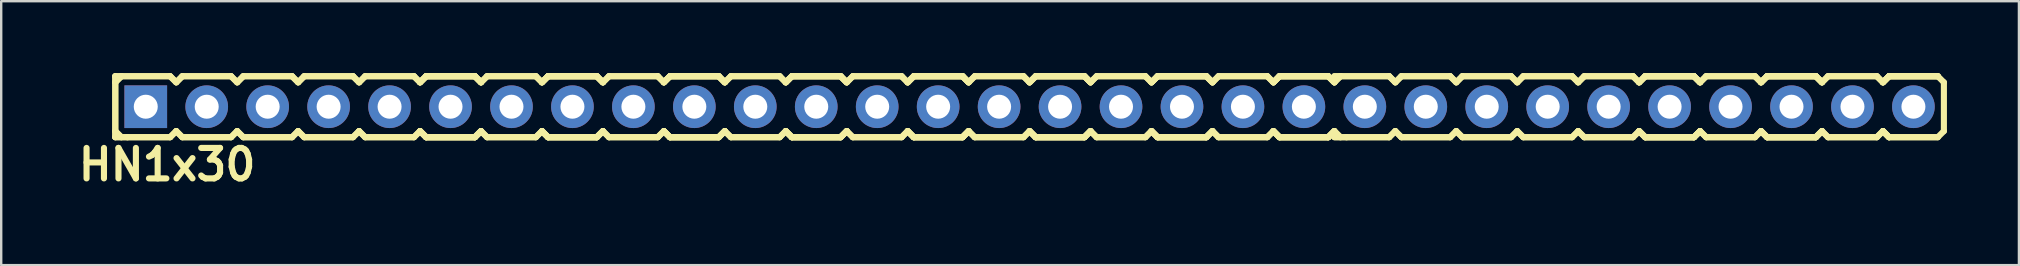
<source format=kicad_pcb>
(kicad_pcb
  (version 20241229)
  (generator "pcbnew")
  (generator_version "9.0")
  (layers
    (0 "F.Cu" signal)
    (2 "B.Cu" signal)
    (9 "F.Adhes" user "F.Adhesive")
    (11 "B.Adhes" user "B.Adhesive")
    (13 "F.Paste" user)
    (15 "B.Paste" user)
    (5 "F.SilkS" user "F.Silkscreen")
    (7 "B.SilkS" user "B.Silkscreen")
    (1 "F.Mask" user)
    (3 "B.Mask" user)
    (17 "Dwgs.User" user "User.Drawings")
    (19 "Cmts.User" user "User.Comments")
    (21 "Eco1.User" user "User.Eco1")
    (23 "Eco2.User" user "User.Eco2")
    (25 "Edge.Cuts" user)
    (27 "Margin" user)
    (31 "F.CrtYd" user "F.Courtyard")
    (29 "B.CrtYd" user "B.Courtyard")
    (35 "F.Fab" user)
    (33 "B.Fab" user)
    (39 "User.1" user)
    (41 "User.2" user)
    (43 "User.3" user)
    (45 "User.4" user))
  (footprint "HN1x30"
    (layer "F.Cu")
    (at 39.854 1.397)
    (property "Reference" "HN1x30" (at -35.941 2.413 0) (layer "F.SilkS") (effects (font (size 1.27 1.27) (thickness 0.254))))
    (attr smd)
    (fp_line (start -38.1 -1.27) (end -38.1 1.27) (stroke (width 0.254) (type solid)) (layer "F.SilkS"))
    (fp_line (start -38.1 -1.27) (end -38.1 1.27) (stroke (width 0.254) (type solid)) (layer "F.SilkS"))
    (fp_line (start -38.1 -1.27) (end -37.846 -1.27) (stroke (width 0.254) (type solid)) (layer "F.SilkS"))
    (fp_line (start -38.1 -1.27) (end -37.846 -1.27) (stroke (width 0.254) (type solid)) (layer "F.SilkS"))
    (fp_line (start -38.1 -1.016) (end -37.846 -1.27) (stroke (width 0.254) (type solid)) (layer "F.SilkS"))
    (fp_line (start -38.1 -1.016) (end -37.846 -1.27) (stroke (width 0.254) (type solid)) (layer "F.SilkS"))
    (fp_line (start -37.846 -1.27) (end -35.814 -1.27) (stroke (width 0.254) (type solid)) (layer "F.SilkS"))
    (fp_line (start -37.846 -1.27) (end -35.814 -1.27) (stroke (width 0.254) (type solid)) (layer "F.SilkS"))
    (fp_line (start -37.846 1.27) (end -38.1 1.016) (stroke (width 0.254) (type solid)) (layer "F.SilkS"))
    (fp_line (start -37.846 1.27) (end -38.1 1.016) (stroke (width 0.254) (type solid)) (layer "F.SilkS"))
    (fp_line (start -37.592 1.27) (end -38.1 1.27) (stroke (width 0.254) (type solid)) (layer "F.SilkS"))
    (fp_line (start -37.592 1.27) (end -38.1 1.27) (stroke (width 0.254) (type solid)) (layer "F.SilkS"))
    (fp_line (start -35.814 -1.27) (end -35.56 -1.016) (stroke (width 0.254) (type solid)) (layer "F.SilkS"))
    (fp_line (start -35.814 -1.27) (end -35.56 -1.016) (stroke (width 0.254) (type solid)) (layer "F.SilkS"))
    (fp_line (start -35.814 1.27) (end -37.592 1.27) (stroke (width 0.254) (type solid)) (layer "F.SilkS"))
    (fp_line (start -35.814 1.27) (end -37.592 1.27) (stroke (width 0.254) (type solid)) (layer "F.SilkS"))
    (fp_line (start -35.56 -1.016) (end -35.306 -1.27) (stroke (width 0.254) (type solid)) (layer "F.SilkS"))
    (fp_line (start -35.56 -1.016) (end -35.306 -1.27) (stroke (width 0.254) (type solid)) (layer "F.SilkS"))
    (fp_line (start -35.56 1.016) (end -35.814 1.27) (stroke (width 0.254) (type solid)) (layer "F.SilkS"))
    (fp_line (start -35.56 1.016) (end -35.814 1.27) (stroke (width 0.254) (type solid)) (layer "F.SilkS"))
    (fp_line (start -35.306 -1.27) (end -33.274 -1.27) (stroke (width 0.254) (type solid)) (layer "F.SilkS"))
    (fp_line (start -35.306 -1.27) (end -33.274 -1.27) (stroke (width 0.254) (type solid)) (layer "F.SilkS"))
    (fp_line (start -35.306 1.27) (end -35.56 1.016) (stroke (width 0.254) (type solid)) (layer "F.SilkS"))
    (fp_line (start -35.306 1.27) (end -35.56 1.016) (stroke (width 0.254) (type solid)) (layer "F.SilkS"))
    (fp_line (start -33.274 -1.27) (end -33.02 -1.016) (stroke (width 0.254) (type solid)) (layer "F.SilkS"))
    (fp_line (start -33.274 -1.27) (end -33.02 -1.016) (stroke (width 0.254) (type solid)) (layer "F.SilkS"))
    (fp_line (start -33.274 1.27) (end -35.306 1.27) (stroke (width 0.254) (type solid)) (layer "F.SilkS"))
    (fp_line (start -33.274 1.27) (end -35.306 1.27) (stroke (width 0.254) (type solid)) (layer "F.SilkS"))
    (fp_line (start -33.274 1.27) (end -33.02 1.016) (stroke (width 0.254) (type solid)) (layer "F.SilkS"))
    (fp_line (start -33.274 1.27) (end -33.02 1.016) (stroke (width 0.254) (type solid)) (layer "F.SilkS"))
    (fp_line (start -33.02 -1.016) (end -32.766 -1.27) (stroke (width 0.254) (type solid)) (layer "F.SilkS"))
    (fp_line (start -33.02 -1.016) (end -32.766 -1.27) (stroke (width 0.254) (type solid)) (layer "F.SilkS"))
    (fp_line (start -33.02 1.016) (end -32.766 1.27) (stroke (width 0.254) (type solid)) (layer "F.SilkS"))
    (fp_line (start -33.02 1.016) (end -32.766 1.27) (stroke (width 0.254) (type solid)) (layer "F.SilkS"))
    (fp_line (start -32.766 -1.27) (end -30.734 -1.27) (stroke (width 0.254) (type solid)) (layer "F.SilkS"))
    (fp_line (start -32.766 -1.27) (end -30.734 -1.27) (stroke (width 0.254) (type solid)) (layer "F.SilkS"))
    (fp_line (start -30.734 -1.27) (end -30.48 -1.016) (stroke (width 0.254) (type solid)) (layer "F.SilkS"))
    (fp_line (start -30.734 -1.27) (end -30.48 -1.016) (stroke (width 0.254) (type solid)) (layer "F.SilkS"))
    (fp_line (start -30.734 1.27) (end -32.766 1.27) (stroke (width 0.254) (type solid)) (layer "F.SilkS"))
    (fp_line (start -30.734 1.27) (end -32.766 1.27) (stroke (width 0.254) (type solid)) (layer "F.SilkS"))
    (fp_line (start -30.48 -1.016) (end -30.226 -1.27) (stroke (width 0.254) (type solid)) (layer "F.SilkS"))
    (fp_line (start -30.48 -1.016) (end -30.226 -1.27) (stroke (width 0.254) (type solid)) (layer "F.SilkS"))
    (fp_line (start -30.48 1.016) (end -30.734 1.27) (stroke (width 0.254) (type solid)) (layer "F.SilkS"))
    (fp_line (start -30.48 1.016) (end -30.734 1.27) (stroke (width 0.254) (type solid)) (layer "F.SilkS"))
    (fp_line (start -30.226 -1.27) (end -28.194 -1.27) (stroke (width 0.254) (type solid)) (layer "F.SilkS"))
    (fp_line (start -30.226 -1.27) (end -28.194 -1.27) (stroke (width 0.254) (type solid)) (layer "F.SilkS"))
    (fp_line (start -30.226 1.27) (end -30.48 1.016) (stroke (width 0.254) (type solid)) (layer "F.SilkS"))
    (fp_line (start -30.226 1.27) (end -30.48 1.016) (stroke (width 0.254) (type solid)) (layer "F.SilkS"))
    (fp_line (start -28.194 -1.27) (end -27.94 -1.016) (stroke (width 0.254) (type solid)) (layer "F.SilkS"))
    (fp_line (start -28.194 -1.27) (end -27.94 -1.016) (stroke (width 0.254) (type solid)) (layer "F.SilkS"))
    (fp_line (start -28.194 1.27) (end -30.226 1.27) (stroke (width 0.254) (type solid)) (layer "F.SilkS"))
    (fp_line (start -28.194 1.27) (end -30.226 1.27) (stroke (width 0.254) (type solid)) (layer "F.SilkS"))
    (fp_line (start -27.94 -1.016) (end -27.686 -1.27) (stroke (width 0.254) (type solid)) (layer "F.SilkS"))
    (fp_line (start -27.94 -1.016) (end -27.686 -1.27) (stroke (width 0.254) (type solid)) (layer "F.SilkS"))
    (fp_line (start -27.94 1.016) (end -28.194 1.27) (stroke (width 0.254) (type solid)) (layer "F.SilkS"))
    (fp_line (start -27.94 1.016) (end -28.194 1.27) (stroke (width 0.254) (type solid)) (layer "F.SilkS"))
    (fp_line (start -27.686 -1.27) (end -25.654 -1.27) (stroke (width 0.254) (type solid)) (layer "F.SilkS"))
    (fp_line (start -27.686 -1.27) (end -25.654 -1.27) (stroke (width 0.254) (type solid)) (layer "F.SilkS"))
    (fp_line (start -27.686 1.27) (end -27.94 1.016) (stroke (width 0.254) (type solid)) (layer "F.SilkS"))
    (fp_line (start -27.686 1.27) (end -27.94 1.016) (stroke (width 0.254) (type solid)) (layer "F.SilkS"))
    (fp_line (start -25.654 -1.27) (end -25.4 -1.016) (stroke (width 0.254) (type solid)) (layer "F.SilkS"))
    (fp_line (start -25.654 -1.27) (end -25.4 -1.016) (stroke (width 0.254) (type solid)) (layer "F.SilkS"))
    (fp_line (start -25.654 1.27) (end -27.686 1.27) (stroke (width 0.254) (type solid)) (layer "F.SilkS"))
    (fp_line (start -25.654 1.27) (end -27.686 1.27) (stroke (width 0.254) (type solid)) (layer "F.SilkS"))
    (fp_line (start -25.4 -1.016) (end -25.146 -1.27) (stroke (width 0.254) (type solid)) (layer "F.SilkS"))
    (fp_line (start -25.4 -1.016) (end -25.146 -1.27) (stroke (width 0.254) (type solid)) (layer "F.SilkS"))
    (fp_line (start -25.4 -1.016) (end -25.146 -1.27) (stroke (width 0.254) (type solid)) (layer "F.SilkS"))
    (fp_line (start -25.4 -1.016) (end -25.146 -1.27) (stroke (width 0.254) (type solid)) (layer "F.SilkS"))
    (fp_line (start -25.4 1.016) (end -25.654 1.27) (stroke (width 0.254) (type solid)) (layer "F.SilkS"))
    (fp_line (start -25.4 1.016) (end -25.654 1.27) (stroke (width 0.254) (type solid)) (layer "F.SilkS"))
    (fp_line (start -25.146 -1.27) (end -23.114 -1.27) (stroke (width 0.254) (type solid)) (layer "F.SilkS"))
    (fp_line (start -25.146 -1.27) (end -23.114 -1.27) (stroke (width 0.254) (type solid)) (layer "F.SilkS"))
    (fp_line (start -25.146 -1.27) (end -23.114 -1.27) (stroke (width 0.254) (type solid)) (layer "F.SilkS"))
    (fp_line (start -25.146 -1.27) (end -23.114 -1.27) (stroke (width 0.254) (type solid)) (layer "F.SilkS"))
    (fp_line (start -25.146 1.27) (end -25.4 1.016) (stroke (width 0.254) (type solid)) (layer "F.SilkS"))
    (fp_line (start -25.146 1.27) (end -25.4 1.016) (stroke (width 0.254) (type solid)) (layer "F.SilkS"))
    (fp_line (start -25.146 1.27) (end -25.4 1.016) (stroke (width 0.254) (type solid)) (layer "F.SilkS"))
    (fp_line (start -25.146 1.27) (end -25.4 1.016) (stroke (width 0.254) (type solid)) (layer "F.SilkS"))
    (fp_line (start -23.114 -1.27) (end -22.86 -1.016) (stroke (width 0.254) (type solid)) (layer "F.SilkS"))
    (fp_line (start -23.114 -1.27) (end -22.86 -1.016) (stroke (width 0.254) (type solid)) (layer "F.SilkS"))
    (fp_line (start -23.114 -1.27) (end -22.86 -1.016) (stroke (width 0.254) (type solid)) (layer "F.SilkS"))
    (fp_line (start -23.114 -1.27) (end -22.86 -1.016) (stroke (width 0.254) (type solid)) (layer "F.SilkS"))
    (fp_line (start -23.114 1.27) (end -25.146 1.27) (stroke (width 0.254) (type solid)) (layer "F.SilkS"))
    (fp_line (start -23.114 1.27) (end -25.146 1.27) (stroke (width 0.254) (type solid)) (layer "F.SilkS"))
    (fp_line (start -23.114 1.27) (end -25.146 1.27) (stroke (width 0.254) (type solid)) (layer "F.SilkS"))
    (fp_line (start -23.114 1.27) (end -25.146 1.27) (stroke (width 0.254) (type solid)) (layer "F.SilkS"))
    (fp_line (start -22.86 -1.016) (end -22.606 -1.27) (stroke (width 0.254) (type solid)) (layer "F.SilkS"))
    (fp_line (start -22.86 -1.016) (end -22.606 -1.27) (stroke (width 0.254) (type solid)) (layer "F.SilkS"))
    (fp_line (start -22.86 1.016) (end -23.114 1.27) (stroke (width 0.254) (type solid)) (layer "F.SilkS"))
    (fp_line (start -22.86 1.016) (end -23.114 1.27) (stroke (width 0.254) (type solid)) (layer "F.SilkS"))
    (fp_line (start -22.86 1.016) (end -23.114 1.27) (stroke (width 0.254) (type solid)) (layer "F.SilkS"))
    (fp_line (start -22.86 1.016) (end -23.114 1.27) (stroke (width 0.254) (type solid)) (layer "F.SilkS"))
    (fp_line (start -22.606 -1.27) (end -20.574 -1.27) (stroke (width 0.254) (type solid)) (layer "F.SilkS"))
    (fp_line (start -22.606 -1.27) (end -20.574 -1.27) (stroke (width 0.254) (type solid)) (layer "F.SilkS"))
    (fp_line (start -22.606 1.27) (end -22.86 1.016) (stroke (width 0.254) (type solid)) (layer "F.SilkS"))
    (fp_line (start -22.606 1.27) (end -22.86 1.016) (stroke (width 0.254) (type solid)) (layer "F.SilkS"))
    (fp_line (start -20.574 -1.27) (end -20.32 -1.016) (stroke (width 0.254) (type solid)) (layer "F.SilkS"))
    (fp_line (start -20.574 -1.27) (end -20.32 -1.016) (stroke (width 0.254) (type solid)) (layer "F.SilkS"))
    (fp_line (start -20.574 1.27) (end -22.606 1.27) (stroke (width 0.254) (type solid)) (layer "F.SilkS"))
    (fp_line (start -20.574 1.27) (end -22.606 1.27) (stroke (width 0.254) (type solid)) (layer "F.SilkS"))
    (fp_line (start -20.32 -1.016) (end -20.066 -1.27) (stroke (width 0.254) (type solid)) (layer "F.SilkS"))
    (fp_line (start -20.32 -1.016) (end -20.066 -1.27) (stroke (width 0.254) (type solid)) (layer "F.SilkS"))
    (fp_line (start -20.32 -1.016) (end -20.066 -1.27) (stroke (width 0.254) (type solid)) (layer "F.SilkS"))
    (fp_line (start -20.32 -1.016) (end -20.066 -1.27) (stroke (width 0.254) (type solid)) (layer "F.SilkS"))
    (fp_line (start -20.32 1.016) (end -20.574 1.27) (stroke (width 0.254) (type solid)) (layer "F.SilkS"))
    (fp_line (start -20.32 1.016) (end -20.574 1.27) (stroke (width 0.254) (type solid)) (layer "F.SilkS"))
    (fp_line (start -20.066 -1.27) (end -18.034 -1.27) (stroke (width 0.254) (type solid)) (layer "F.SilkS"))
    (fp_line (start -20.066 -1.27) (end -18.034 -1.27) (stroke (width 0.254) (type solid)) (layer "F.SilkS"))
    (fp_line (start -20.066 -1.27) (end -18.034 -1.27) (stroke (width 0.254) (type solid)) (layer "F.SilkS"))
    (fp_line (start -20.066 -1.27) (end -18.034 -1.27) (stroke (width 0.254) (type solid)) (layer "F.SilkS"))
    (fp_line (start -20.066 1.27) (end -20.32 1.016) (stroke (width 0.254) (type solid)) (layer "F.SilkS"))
    (fp_line (start -20.066 1.27) (end -20.32 1.016) (stroke (width 0.254) (type solid)) (layer "F.SilkS"))
    (fp_line (start -20.066 1.27) (end -20.32 1.016) (stroke (width 0.254) (type solid)) (layer "F.SilkS"))
    (fp_line (start -20.066 1.27) (end -20.32 1.016) (stroke (width 0.254) (type solid)) (layer "F.SilkS"))
    (fp_line (start -18.034 -1.27) (end -17.78 -1.016) (stroke (width 0.254) (type solid)) (layer "F.SilkS"))
    (fp_line (start -18.034 -1.27) (end -17.78 -1.016) (stroke (width 0.254) (type solid)) (layer "F.SilkS"))
    (fp_line (start -18.034 -1.27) (end -17.78 -1.016) (stroke (width 0.254) (type solid)) (layer "F.SilkS"))
    (fp_line (start -18.034 -1.27) (end -17.78 -1.016) (stroke (width 0.254) (type solid)) (layer "F.SilkS"))
    (fp_line (start -18.034 1.27) (end -20.066 1.27) (stroke (width 0.254) (type solid)) (layer "F.SilkS"))
    (fp_line (start -18.034 1.27) (end -20.066 1.27) (stroke (width 0.254) (type solid)) (layer "F.SilkS"))
    (fp_line (start -18.034 1.27) (end -20.066 1.27) (stroke (width 0.254) (type solid)) (layer "F.SilkS"))
    (fp_line (start -18.034 1.27) (end -20.066 1.27) (stroke (width 0.254) (type solid)) (layer "F.SilkS"))
    (fp_line (start -17.78 -1.016) (end -17.526 -1.27) (stroke (width 0.254) (type solid)) (layer "F.SilkS"))
    (fp_line (start -17.78 -1.016) (end -17.526 -1.27) (stroke (width 0.254) (type solid)) (layer "F.SilkS"))
    (fp_line (start -17.78 1.016) (end -18.034 1.27) (stroke (width 0.254) (type solid)) (layer "F.SilkS"))
    (fp_line (start -17.78 1.016) (end -18.034 1.27) (stroke (width 0.254) (type solid)) (layer "F.SilkS"))
    (fp_line (start -17.78 1.016) (end -18.034 1.27) (stroke (width 0.254) (type solid)) (layer "F.SilkS"))
    (fp_line (start -17.78 1.016) (end -18.034 1.27) (stroke (width 0.254) (type solid)) (layer "F.SilkS"))
    (fp_line (start -17.526 -1.27) (end -15.494 -1.27) (stroke (width 0.254) (type solid)) (layer "F.SilkS"))
    (fp_line (start -17.526 -1.27) (end -15.494 -1.27) (stroke (width 0.254) (type solid)) (layer "F.SilkS"))
    (fp_line (start -17.526 1.27) (end -17.78 1.016) (stroke (width 0.254) (type solid)) (layer "F.SilkS"))
    (fp_line (start -17.526 1.27) (end -17.78 1.016) (stroke (width 0.254) (type solid)) (layer "F.SilkS"))
    (fp_line (start -15.494 -1.27) (end -15.24 -1.016) (stroke (width 0.254) (type solid)) (layer "F.SilkS"))
    (fp_line (start -15.494 -1.27) (end -15.24 -1.016) (stroke (width 0.254) (type solid)) (layer "F.SilkS"))
    (fp_line (start -15.494 1.27) (end -17.526 1.27) (stroke (width 0.254) (type solid)) (layer "F.SilkS"))
    (fp_line (start -15.494 1.27) (end -17.526 1.27) (stroke (width 0.254) (type solid)) (layer "F.SilkS"))
    (fp_line (start -15.24 -1.016) (end -14.986 -1.27) (stroke (width 0.254) (type solid)) (layer "F.SilkS"))
    (fp_line (start -15.24 -1.016) (end -14.986 -1.27) (stroke (width 0.254) (type solid)) (layer "F.SilkS"))
    (fp_line (start -15.24 -1.016) (end -14.986 -1.27) (stroke (width 0.254) (type solid)) (layer "F.SilkS"))
    (fp_line (start -15.24 -1.016) (end -14.986 -1.27) (stroke (width 0.254) (type solid)) (layer "F.SilkS"))
    (fp_line (start -15.24 1.016) (end -15.494 1.27) (stroke (width 0.254) (type solid)) (layer "F.SilkS"))
    (fp_line (start -15.24 1.016) (end -15.494 1.27) (stroke (width 0.254) (type solid)) (layer "F.SilkS"))
    (fp_line (start -14.986 -1.27) (end -12.954 -1.27) (stroke (width 0.254) (type solid)) (layer "F.SilkS"))
    (fp_line (start -14.986 -1.27) (end -12.954 -1.27) (stroke (width 0.254) (type solid)) (layer "F.SilkS"))
    (fp_line (start -14.986 -1.27) (end -12.954 -1.27) (stroke (width 0.254) (type solid)) (layer "F.SilkS"))
    (fp_line (start -14.986 -1.27) (end -12.954 -1.27) (stroke (width 0.254) (type solid)) (layer "F.SilkS"))
    (fp_line (start -14.986 1.27) (end -15.24 1.016) (stroke (width 0.254) (type solid)) (layer "F.SilkS"))
    (fp_line (start -14.986 1.27) (end -15.24 1.016) (stroke (width 0.254) (type solid)) (layer "F.SilkS"))
    (fp_line (start -14.986 1.27) (end -15.24 1.016) (stroke (width 0.254) (type solid)) (layer "F.SilkS"))
    (fp_line (start -14.986 1.27) (end -15.24 1.016) (stroke (width 0.254) (type solid)) (layer "F.SilkS"))
    (fp_line (start -12.954 -1.27) (end -12.7 -1.016) (stroke (width 0.254) (type solid)) (layer "F.SilkS"))
    (fp_line (start -12.954 -1.27) (end -12.7 -1.016) (stroke (width 0.254) (type solid)) (layer "F.SilkS"))
    (fp_line (start -12.954 -1.27) (end -12.7 -1.016) (stroke (width 0.254) (type solid)) (layer "F.SilkS"))
    (fp_line (start -12.954 -1.27) (end -12.7 -1.016) (stroke (width 0.254) (type solid)) (layer "F.SilkS"))
    (fp_line (start -12.954 1.27) (end -14.986 1.27) (stroke (width 0.254) (type solid)) (layer "F.SilkS"))
    (fp_line (start -12.954 1.27) (end -14.986 1.27) (stroke (width 0.254) (type solid)) (layer "F.SilkS"))
    (fp_line (start -12.954 1.27) (end -14.986 1.27) (stroke (width 0.254) (type solid)) (layer "F.SilkS"))
    (fp_line (start -12.954 1.27) (end -14.986 1.27) (stroke (width 0.254) (type solid)) (layer "F.SilkS"))
    (fp_line (start -12.7 -1.016) (end -12.446 -1.27) (stroke (width 0.254) (type solid)) (layer "F.SilkS"))
    (fp_line (start -12.7 -1.016) (end -12.446 -1.27) (stroke (width 0.254) (type solid)) (layer "F.SilkS"))
    (fp_line (start -12.7 1.016) (end -12.954 1.27) (stroke (width 0.254) (type solid)) (layer "F.SilkS"))
    (fp_line (start -12.7 1.016) (end -12.954 1.27) (stroke (width 0.254) (type solid)) (layer "F.SilkS"))
    (fp_line (start -12.7 1.016) (end -12.954 1.27) (stroke (width 0.254) (type solid)) (layer "F.SilkS"))
    (fp_line (start -12.7 1.016) (end -12.954 1.27) (stroke (width 0.254) (type solid)) (layer "F.SilkS"))
    (fp_line (start -12.446 -1.27) (end -10.414 -1.27) (stroke (width 0.254) (type solid)) (layer "F.SilkS"))
    (fp_line (start -12.446 -1.27) (end -10.414 -1.27) (stroke (width 0.254) (type solid)) (layer "F.SilkS"))
    (fp_line (start -12.446 1.27) (end -12.7 1.016) (stroke (width 0.254) (type solid)) (layer "F.SilkS"))
    (fp_line (start -12.446 1.27) (end -12.7 1.016) (stroke (width 0.254) (type solid)) (layer "F.SilkS"))
    (fp_line (start -10.414 -1.27) (end -10.16 -1.016) (stroke (width 0.254) (type solid)) (layer "F.SilkS"))
    (fp_line (start -10.414 -1.27) (end -10.16 -1.016) (stroke (width 0.254) (type solid)) (layer "F.SilkS"))
    (fp_line (start -10.414 1.27) (end -12.446 1.27) (stroke (width 0.254) (type solid)) (layer "F.SilkS"))
    (fp_line (start -10.414 1.27) (end -12.446 1.27) (stroke (width 0.254) (type solid)) (layer "F.SilkS"))
    (fp_line (start -10.16 -1.016) (end -9.906 -1.27) (stroke (width 0.254) (type solid)) (layer "F.SilkS"))
    (fp_line (start -10.16 -1.016) (end -9.906 -1.27) (stroke (width 0.254) (type solid)) (layer "F.SilkS"))
    (fp_line (start -10.16 -1.016) (end -9.906 -1.27) (stroke (width 0.254) (type solid)) (layer "F.SilkS"))
    (fp_line (start -10.16 -1.016) (end -9.906 -1.27) (stroke (width 0.254) (type solid)) (layer "F.SilkS"))
    (fp_line (start -10.16 1.016) (end -10.414 1.27) (stroke (width 0.254) (type solid)) (layer "F.SilkS"))
    (fp_line (start -10.16 1.016) (end -10.414 1.27) (stroke (width 0.254) (type solid)) (layer "F.SilkS"))
    (fp_line (start -9.906 -1.27) (end -7.874 -1.27) (stroke (width 0.254) (type solid)) (layer "F.SilkS"))
    (fp_line (start -9.906 -1.27) (end -7.874 -1.27) (stroke (width 0.254) (type solid)) (layer "F.SilkS"))
    (fp_line (start -9.906 -1.27) (end -7.874 -1.27) (stroke (width 0.254) (type solid)) (layer "F.SilkS"))
    (fp_line (start -9.906 -1.27) (end -7.874 -1.27) (stroke (width 0.254) (type solid)) (layer "F.SilkS"))
    (fp_line (start -9.906 1.27) (end -10.16 1.016) (stroke (width 0.254) (type solid)) (layer "F.SilkS"))
    (fp_line (start -9.906 1.27) (end -10.16 1.016) (stroke (width 0.254) (type solid)) (layer "F.SilkS"))
    (fp_line (start -9.906 1.27) (end -10.16 1.016) (stroke (width 0.254) (type solid)) (layer "F.SilkS"))
    (fp_line (start -9.906 1.27) (end -10.16 1.016) (stroke (width 0.254) (type solid)) (layer "F.SilkS"))
    (fp_line (start -7.874 -1.27) (end -7.62 -1.016) (stroke (width 0.254) (type solid)) (layer "F.SilkS"))
    (fp_line (start -7.874 -1.27) (end -7.62 -1.016) (stroke (width 0.254) (type solid)) (layer "F.SilkS"))
    (fp_line (start -7.874 -1.27) (end -7.62 -1.016) (stroke (width 0.254) (type solid)) (layer "F.SilkS"))
    (fp_line (start -7.874 -1.27) (end -7.62 -1.016) (stroke (width 0.254) (type solid)) (layer "F.SilkS"))
    (fp_line (start -7.874 1.27) (end -9.906 1.27) (stroke (width 0.254) (type solid)) (layer "F.SilkS"))
    (fp_line (start -7.874 1.27) (end -9.906 1.27) (stroke (width 0.254) (type solid)) (layer "F.SilkS"))
    (fp_line (start -7.874 1.27) (end -9.906 1.27) (stroke (width 0.254) (type solid)) (layer "F.SilkS"))
    (fp_line (start -7.874 1.27) (end -9.906 1.27) (stroke (width 0.254) (type solid)) (layer "F.SilkS"))
    (fp_line (start -7.62 -1.016) (end -7.366 -1.27) (stroke (width 0.254) (type solid)) (layer "F.SilkS"))
    (fp_line (start -7.62 -1.016) (end -7.366 -1.27) (stroke (width 0.254) (type solid)) (layer "F.SilkS"))
    (fp_line (start -7.62 1.016) (end -7.874 1.27) (stroke (width 0.254) (type solid)) (layer "F.SilkS"))
    (fp_line (start -7.62 1.016) (end -7.874 1.27) (stroke (width 0.254) (type solid)) (layer "F.SilkS"))
    (fp_line (start -7.62 1.016) (end -7.874 1.27) (stroke (width 0.254) (type solid)) (layer "F.SilkS"))
    (fp_line (start -7.62 1.016) (end -7.874 1.27) (stroke (width 0.254) (type solid)) (layer "F.SilkS"))
    (fp_line (start -7.366 -1.27) (end -5.334 -1.27) (stroke (width 0.254) (type solid)) (layer "F.SilkS"))
    (fp_line (start -7.366 -1.27) (end -5.334 -1.27) (stroke (width 0.254) (type solid)) (layer "F.SilkS"))
    (fp_line (start -7.366 1.27) (end -7.62 1.016) (stroke (width 0.254) (type solid)) (layer "F.SilkS"))
    (fp_line (start -7.366 1.27) (end -7.62 1.016) (stroke (width 0.254) (type solid)) (layer "F.SilkS"))
    (fp_line (start -5.334 -1.27) (end -5.08 -1.016) (stroke (width 0.254) (type solid)) (layer "F.SilkS"))
    (fp_line (start -5.334 -1.27) (end -5.08 -1.016) (stroke (width 0.254) (type solid)) (layer "F.SilkS"))
    (fp_line (start -5.334 1.27) (end -7.366 1.27) (stroke (width 0.254) (type solid)) (layer "F.SilkS"))
    (fp_line (start -5.334 1.27) (end -7.366 1.27) (stroke (width 0.254) (type solid)) (layer "F.SilkS"))
    (fp_line (start -5.08 -1.016) (end -4.826 -1.27) (stroke (width 0.254) (type solid)) (layer "F.SilkS"))
    (fp_line (start -5.08 -1.016) (end -4.826 -1.27) (stroke (width 0.254) (type solid)) (layer "F.SilkS"))
    (fp_line (start -5.08 -1.016) (end -4.826 -1.27) (stroke (width 0.254) (type solid)) (layer "F.SilkS"))
    (fp_line (start -5.08 -1.016) (end -4.826 -1.27) (stroke (width 0.254) (type solid)) (layer "F.SilkS"))
    (fp_line (start -5.08 1.016) (end -5.334 1.27) (stroke (width 0.254) (type solid)) (layer "F.SilkS"))
    (fp_line (start -5.08 1.016) (end -5.334 1.27) (stroke (width 0.254) (type solid)) (layer "F.SilkS"))
    (fp_line (start -4.826 -1.27) (end -2.794 -1.27) (stroke (width 0.254) (type solid)) (layer "F.SilkS"))
    (fp_line (start -4.826 -1.27) (end -2.794 -1.27) (stroke (width 0.254) (type solid)) (layer "F.SilkS"))
    (fp_line (start -4.826 -1.27) (end -2.794 -1.27) (stroke (width 0.254) (type solid)) (layer "F.SilkS"))
    (fp_line (start -4.826 -1.27) (end -2.794 -1.27) (stroke (width 0.254) (type solid)) (layer "F.SilkS"))
    (fp_line (start -4.826 1.27) (end -5.08 1.016) (stroke (width 0.254) (type solid)) (layer "F.SilkS"))
    (fp_line (start -4.826 1.27) (end -5.08 1.016) (stroke (width 0.254) (type solid)) (layer "F.SilkS"))
    (fp_line (start -4.826 1.27) (end -5.08 1.016) (stroke (width 0.254) (type solid)) (layer "F.SilkS"))
    (fp_line (start -4.826 1.27) (end -5.08 1.016) (stroke (width 0.254) (type solid)) (layer "F.SilkS"))
    (fp_line (start -2.794 -1.27) (end -2.54 -1.016) (stroke (width 0.254) (type solid)) (layer "F.SilkS"))
    (fp_line (start -2.794 -1.27) (end -2.54 -1.016) (stroke (width 0.254) (type solid)) (layer "F.SilkS"))
    (fp_line (start -2.794 -1.27) (end -2.54 -1.016) (stroke (width 0.254) (type solid)) (layer "F.SilkS"))
    (fp_line (start -2.794 -1.27) (end -2.54 -1.016) (stroke (width 0.254) (type solid)) (layer "F.SilkS"))
    (fp_line (start -2.794 1.27) (end -4.826 1.27) (stroke (width 0.254) (type solid)) (layer "F.SilkS"))
    (fp_line (start -2.794 1.27) (end -4.826 1.27) (stroke (width 0.254) (type solid)) (layer "F.SilkS"))
    (fp_line (start -2.794 1.27) (end -4.826 1.27) (stroke (width 0.254) (type solid)) (layer "F.SilkS"))
    (fp_line (start -2.794 1.27) (end -4.826 1.27) (stroke (width 0.254) (type solid)) (layer "F.SilkS"))
    (fp_line (start -2.54 -1.016) (end -2.286 -1.27) (stroke (width 0.254) (type solid)) (layer "F.SilkS"))
    (fp_line (start -2.54 -1.016) (end -2.286 -1.27) (stroke (width 0.254) (type solid)) (layer "F.SilkS"))
    (fp_line (start -2.54 1.016) (end -2.794 1.27) (stroke (width 0.254) (type solid)) (layer "F.SilkS"))
    (fp_line (start -2.54 1.016) (end -2.794 1.27) (stroke (width 0.254) (type solid)) (layer "F.SilkS"))
    (fp_line (start -2.54 1.016) (end -2.794 1.27) (stroke (width 0.254) (type solid)) (layer "F.SilkS"))
    (fp_line (start -2.54 1.016) (end -2.794 1.27) (stroke (width 0.254) (type solid)) (layer "F.SilkS"))
    (fp_line (start -2.286 -1.27) (end -0.254 -1.27) (stroke (width 0.254) (type solid)) (layer "F.SilkS"))
    (fp_line (start -2.286 -1.27) (end -0.254 -1.27) (stroke (width 0.254) (type solid)) (layer "F.SilkS"))
    (fp_line (start -2.286 1.27) (end -2.54 1.016) (stroke (width 0.254) (type solid)) (layer "F.SilkS"))
    (fp_line (start -2.286 1.27) (end -2.54 1.016) (stroke (width 0.254) (type solid)) (layer "F.SilkS"))
    (fp_line (start -0.254 -1.27) (end 0 -1.016) (stroke (width 0.254) (type solid)) (layer "F.SilkS"))
    (fp_line (start -0.254 -1.27) (end 0 -1.016) (stroke (width 0.254) (type solid)) (layer "F.SilkS"))
    (fp_line (start -0.254 1.27) (end -2.286 1.27) (stroke (width 0.254) (type solid)) (layer "F.SilkS"))
    (fp_line (start -0.254 1.27) (end -2.286 1.27) (stroke (width 0.254) (type solid)) (layer "F.SilkS"))
    (fp_line (start 0 -1.016) (end 0.254 -1.27) (stroke (width 0.254) (type solid)) (layer "F.SilkS"))
    (fp_line (start 0 -1.016) (end 0.254 -1.27) (stroke (width 0.254) (type solid)) (layer "F.SilkS"))
    (fp_line (start 0 -1.016) (end 0.254 -1.27) (stroke (width 0.254) (type solid)) (layer "F.SilkS"))
    (fp_line (start 0 -1.016) (end 0.254 -1.27) (stroke (width 0.254) (type solid)) (layer "F.SilkS"))
    (fp_line (start 0 1.016) (end -0.254 1.27) (stroke (width 0.254) (type solid)) (layer "F.SilkS"))
    (fp_line (start 0 1.016) (end -0.254 1.27) (stroke (width 0.254) (type solid)) (layer "F.SilkS"))
    (fp_line (start 0.254 -1.27) (end 2.286 -1.27) (stroke (width 0.254) (type solid)) (layer "F.SilkS"))
    (fp_line (start 0.254 -1.27) (end 2.286 -1.27) (stroke (width 0.254) (type solid)) (layer "F.SilkS"))
    (fp_line (start 0.254 -1.27) (end 2.286 -1.27) (stroke (width 0.254) (type solid)) (layer "F.SilkS"))
    (fp_line (start 0.254 -1.27) (end 2.286 -1.27) (stroke (width 0.254) (type solid)) (layer "F.SilkS"))
    (fp_line (start 0.254 1.27) (end 0 1.016) (stroke (width 0.254) (type solid)) (layer "F.SilkS"))
    (fp_line (start 0.254 1.27) (end 0 1.016) (stroke (width 0.254) (type solid)) (layer "F.SilkS"))
    (fp_line (start 0.254 1.27) (end 0 1.016) (stroke (width 0.254) (type solid)) (layer "F.SilkS"))
    (fp_line (start 0.254 1.27) (end 0 1.016) (stroke (width 0.254) (type solid)) (layer "F.SilkS"))
    (fp_line (start 2.286 -1.27) (end 2.54 -1.016) (stroke (width 0.254) (type solid)) (layer "F.SilkS"))
    (fp_line (start 2.286 -1.27) (end 2.54 -1.016) (stroke (width 0.254) (type solid)) (layer "F.SilkS"))
    (fp_line (start 2.286 -1.27) (end 2.54 -1.016) (stroke (width 0.254) (type solid)) (layer "F.SilkS"))
    (fp_line (start 2.286 -1.27) (end 2.54 -1.016) (stroke (width 0.254) (type solid)) (layer "F.SilkS"))
    (fp_line (start 2.286 1.27) (end 0.254 1.27) (stroke (width 0.254) (type solid)) (layer "F.SilkS"))
    (fp_line (start 2.286 1.27) (end 0.254 1.27) (stroke (width 0.254) (type solid)) (layer "F.SilkS"))
    (fp_line (start 2.286 1.27) (end 0.254 1.27) (stroke (width 0.254) (type solid)) (layer "F.SilkS"))
    (fp_line (start 2.286 1.27) (end 0.254 1.27) (stroke (width 0.254) (type solid)) (layer "F.SilkS"))
    (fp_line (start 2.54 -1.016) (end 2.794 -1.27) (stroke (width 0.254) (type solid)) (layer "F.SilkS"))
    (fp_line (start 2.54 -1.016) (end 2.794 -1.27) (stroke (width 0.254) (type solid)) (layer "F.SilkS"))
    (fp_line (start 2.54 1.016) (end 2.286 1.27) (stroke (width 0.254) (type solid)) (layer "F.SilkS"))
    (fp_line (start 2.54 1.016) (end 2.286 1.27) (stroke (width 0.254) (type solid)) (layer "F.SilkS"))
    (fp_line (start 2.54 1.016) (end 2.286 1.27) (stroke (width 0.254) (type solid)) (layer "F.SilkS"))
    (fp_line (start 2.54 1.016) (end 2.286 1.27) (stroke (width 0.254) (type solid)) (layer "F.SilkS"))
    (fp_line (start 2.794 -1.27) (end 4.826 -1.27) (stroke (width 0.254) (type solid)) (layer "F.SilkS"))
    (fp_line (start 2.794 -1.27) (end 4.826 -1.27) (stroke (width 0.254) (type solid)) (layer "F.SilkS"))
    (fp_line (start 2.794 1.27) (end 2.54 1.016) (stroke (width 0.254) (type solid)) (layer "F.SilkS"))
    (fp_line (start 2.794 1.27) (end 2.54 1.016) (stroke (width 0.254) (type solid)) (layer "F.SilkS"))
    (fp_line (start 4.826 -1.27) (end 5.08 -1.016) (stroke (width 0.254) (type solid)) (layer "F.SilkS"))
    (fp_line (start 4.826 -1.27) (end 5.08 -1.016) (stroke (width 0.254) (type solid)) (layer "F.SilkS"))
    (fp_line (start 4.826 1.27) (end 2.794 1.27) (stroke (width 0.254) (type solid)) (layer "F.SilkS"))
    (fp_line (start 4.826 1.27) (end 2.794 1.27) (stroke (width 0.254) (type solid)) (layer "F.SilkS"))
    (fp_line (start 5.08 -1.016) (end 5.334 -1.27) (stroke (width 0.254) (type solid)) (layer "F.SilkS"))
    (fp_line (start 5.08 -1.016) (end 5.334 -1.27) (stroke (width 0.254) (type solid)) (layer "F.SilkS"))
    (fp_line (start 5.08 -1.016) (end 5.334 -1.27) (stroke (width 0.254) (type solid)) (layer "F.SilkS"))
    (fp_line (start 5.08 -1.016) (end 5.334 -1.27) (stroke (width 0.254) (type solid)) (layer "F.SilkS"))
    (fp_line (start 5.08 1.016) (end 4.826 1.27) (stroke (width 0.254) (type solid)) (layer "F.SilkS"))
    (fp_line (start 5.08 1.016) (end 4.826 1.27) (stroke (width 0.254) (type solid)) (layer "F.SilkS"))
    (fp_line (start 5.334 -1.27) (end 7.366 -1.27) (stroke (width 0.254) (type solid)) (layer "F.SilkS"))
    (fp_line (start 5.334 -1.27) (end 7.366 -1.27) (stroke (width 0.254) (type solid)) (layer "F.SilkS"))
    (fp_line (start 5.334 -1.27) (end 7.366 -1.27) (stroke (width 0.254) (type solid)) (layer "F.SilkS"))
    (fp_line (start 5.334 -1.27) (end 7.366 -1.27) (stroke (width 0.254) (type solid)) (layer "F.SilkS"))
    (fp_line (start 5.334 1.27) (end 5.08 1.016) (stroke (width 0.254) (type solid)) (layer "F.SilkS"))
    (fp_line (start 5.334 1.27) (end 5.08 1.016) (stroke (width 0.254) (type solid)) (layer "F.SilkS"))
    (fp_line (start 5.334 1.27) (end 5.08 1.016) (stroke (width 0.254) (type solid)) (layer "F.SilkS"))
    (fp_line (start 5.334 1.27) (end 5.08 1.016) (stroke (width 0.254) (type solid)) (layer "F.SilkS"))
    (fp_line (start 7.366 -1.27) (end 7.62 -1.016) (stroke (width 0.254) (type solid)) (layer "F.SilkS"))
    (fp_line (start 7.366 -1.27) (end 7.62 -1.016) (stroke (width 0.254) (type solid)) (layer "F.SilkS"))
    (fp_line (start 7.366 -1.27) (end 7.62 -1.016) (stroke (width 0.254) (type solid)) (layer "F.SilkS"))
    (fp_line (start 7.366 -1.27) (end 7.62 -1.016) (stroke (width 0.254) (type solid)) (layer "F.SilkS"))
    (fp_line (start 7.366 1.27) (end 5.334 1.27) (stroke (width 0.254) (type solid)) (layer "F.SilkS"))
    (fp_line (start 7.366 1.27) (end 5.334 1.27) (stroke (width 0.254) (type solid)) (layer "F.SilkS"))
    (fp_line (start 7.366 1.27) (end 5.334 1.27) (stroke (width 0.254) (type solid)) (layer "F.SilkS"))
    (fp_line (start 7.366 1.27) (end 5.334 1.27) (stroke (width 0.254) (type solid)) (layer "F.SilkS"))
    (fp_line (start 7.62 -1.016) (end 7.874 -1.27) (stroke (width 0.254) (type solid)) (layer "F.SilkS"))
    (fp_line (start 7.62 -1.016) (end 7.874 -1.27) (stroke (width 0.254) (type solid)) (layer "F.SilkS"))
    (fp_line (start 7.62 1.016) (end 7.366 1.27) (stroke (width 0.254) (type solid)) (layer "F.SilkS"))
    (fp_line (start 7.62 1.016) (end 7.366 1.27) (stroke (width 0.254) (type solid)) (layer "F.SilkS"))
    (fp_line (start 7.62 1.016) (end 7.366 1.27) (stroke (width 0.254) (type solid)) (layer "F.SilkS"))
    (fp_line (start 7.62 1.016) (end 7.366 1.27) (stroke (width 0.254) (type solid)) (layer "F.SilkS"))
    (fp_line (start 7.874 -1.27) (end 9.906 -1.27) (stroke (width 0.254) (type solid)) (layer "F.SilkS"))
    (fp_line (start 7.874 -1.27) (end 9.906 -1.27) (stroke (width 0.254) (type solid)) (layer "F.SilkS"))
    (fp_line (start 7.874 1.27) (end 7.62 1.016) (stroke (width 0.254) (type solid)) (layer "F.SilkS"))
    (fp_line (start 7.874 1.27) (end 7.62 1.016) (stroke (width 0.254) (type solid)) (layer "F.SilkS"))
    (fp_line (start 9.906 -1.27) (end 10.16 -1.016) (stroke (width 0.254) (type solid)) (layer "F.SilkS"))
    (fp_line (start 9.906 -1.27) (end 10.16 -1.016) (stroke (width 0.254) (type solid)) (layer "F.SilkS"))
    (fp_line (start 9.906 1.27) (end 7.874 1.27) (stroke (width 0.254) (type solid)) (layer "F.SilkS"))
    (fp_line (start 9.906 1.27) (end 7.874 1.27) (stroke (width 0.254) (type solid)) (layer "F.SilkS"))
    (fp_line (start 10.16 -1.016) (end 10.414 -1.27) (stroke (width 0.254) (type solid)) (layer "F.SilkS"))
    (fp_line (start 10.16 -1.016) (end 10.414 -1.27) (stroke (width 0.254) (type solid)) (layer "F.SilkS"))
    (fp_line (start 10.16 -1.016) (end 10.414 -1.27) (stroke (width 0.254) (type solid)) (layer "F.SilkS"))
    (fp_line (start 10.16 -1.016) (end 10.414 -1.27) (stroke (width 0.254) (type solid)) (layer "F.SilkS"))
    (fp_line (start 10.16 1.016) (end 9.906 1.27) (stroke (width 0.254) (type solid)) (layer "F.SilkS"))
    (fp_line (start 10.16 1.016) (end 9.906 1.27) (stroke (width 0.254) (type solid)) (layer "F.SilkS"))
    (fp_line (start 10.414 -1.27) (end 12.446 -1.27) (stroke (width 0.254) (type solid)) (layer "F.SilkS"))
    (fp_line (start 10.414 -1.27) (end 12.446 -1.27) (stroke (width 0.254) (type solid)) (layer "F.SilkS"))
    (fp_line (start 10.414 -1.27) (end 12.446 -1.27) (stroke (width 0.254) (type solid)) (layer "F.SilkS"))
    (fp_line (start 10.414 -1.27) (end 12.446 -1.27) (stroke (width 0.254) (type solid)) (layer "F.SilkS"))
    (fp_line (start 10.414 1.27) (end 10.16 1.016) (stroke (width 0.254) (type solid)) (layer "F.SilkS"))
    (fp_line (start 10.414 1.27) (end 10.16 1.016) (stroke (width 0.254) (type solid)) (layer "F.SilkS"))
    (fp_line (start 10.414 1.27) (end 10.16 1.016) (stroke (width 0.254) (type solid)) (layer "F.SilkS"))
    (fp_line (start 10.414 1.27) (end 10.16 1.016) (stroke (width 0.254) (type solid)) (layer "F.SilkS"))
    (fp_line (start 12.446 -1.27) (end 12.7 -1.016) (stroke (width 0.254) (type solid)) (layer "F.SilkS"))
    (fp_line (start 12.446 -1.27) (end 12.7 -1.016) (stroke (width 0.254) (type solid)) (layer "F.SilkS"))
    (fp_line (start 12.446 -1.27) (end 12.7 -1.016) (stroke (width 0.254) (type solid)) (layer "F.SilkS"))
    (fp_line (start 12.446 -1.27) (end 12.7 -1.016) (stroke (width 0.254) (type solid)) (layer "F.SilkS"))
    (fp_line (start 12.446 1.27) (end 10.414 1.27) (stroke (width 0.254) (type solid)) (layer "F.SilkS"))
    (fp_line (start 12.446 1.27) (end 10.414 1.27) (stroke (width 0.254) (type solid)) (layer "F.SilkS"))
    (fp_line (start 12.446 1.27) (end 10.414 1.27) (stroke (width 0.254) (type solid)) (layer "F.SilkS"))
    (fp_line (start 12.446 1.27) (end 10.414 1.27) (stroke (width 0.254) (type solid)) (layer "F.SilkS"))
    (fp_line (start 12.7 -1.27) (end 12.954 -1.27) (stroke (width 0.254) (type solid)) (layer "F.SilkS"))
    (fp_line (start 12.7 -1.27) (end 12.954 -1.27) (stroke (width 0.254) (type solid)) (layer "F.SilkS"))
    (fp_line (start 12.7 -1.016) (end 12.954 -1.27) (stroke (width 0.254) (type solid)) (layer "F.SilkS"))
    (fp_line (start 12.7 -1.016) (end 12.954 -1.27) (stroke (width 0.254) (type solid)) (layer "F.SilkS"))
    (fp_line (start 12.7 1.016) (end 12.446 1.27) (stroke (width 0.254) (type solid)) (layer "F.SilkS"))
    (fp_line (start 12.7 1.016) (end 12.446 1.27) (stroke (width 0.254) (type solid)) (layer "F.SilkS"))
    (fp_line (start 12.7 1.016) (end 12.446 1.27) (stroke (width 0.254) (type solid)) (layer "F.SilkS"))
    (fp_line (start 12.7 1.016) (end 12.446 1.27) (stroke (width 0.254) (type solid)) (layer "F.SilkS"))
    (fp_line (start 12.954 -1.27) (end 14.986 -1.27) (stroke (width 0.254) (type solid)) (layer "F.SilkS"))
    (fp_line (start 12.954 -1.27) (end 14.986 -1.27) (stroke (width 0.254) (type solid)) (layer "F.SilkS"))
    (fp_line (start 12.954 1.27) (end 12.7 1.016) (stroke (width 0.254) (type solid)) (layer "F.SilkS"))
    (fp_line (start 12.954 1.27) (end 12.7 1.016) (stroke (width 0.254) (type solid)) (layer "F.SilkS"))
    (fp_line (start 13.208 1.27) (end 12.7 1.27) (stroke (width 0.254) (type solid)) (layer "F.SilkS"))
    (fp_line (start 13.208 1.27) (end 12.7 1.27) (stroke (width 0.254) (type solid)) (layer "F.SilkS"))
    (fp_line (start 14.986 -1.27) (end 15.24 -1.016) (stroke (width 0.254) (type solid)) (layer "F.SilkS"))
    (fp_line (start 14.986 -1.27) (end 15.24 -1.016) (stroke (width 0.254) (type solid)) (layer "F.SilkS"))
    (fp_line (start 14.986 1.27) (end 13.208 1.27) (stroke (width 0.254) (type solid)) (layer "F.SilkS"))
    (fp_line (start 14.986 1.27) (end 13.208 1.27) (stroke (width 0.254) (type solid)) (layer "F.SilkS"))
    (fp_line (start 15.24 -1.016) (end 15.494 -1.27) (stroke (width 0.254) (type solid)) (layer "F.SilkS"))
    (fp_line (start 15.24 -1.016) (end 15.494 -1.27) (stroke (width 0.254) (type solid)) (layer "F.SilkS"))
    (fp_line (start 15.24 1.016) (end 14.986 1.27) (stroke (width 0.254) (type solid)) (layer "F.SilkS"))
    (fp_line (start 15.24 1.016) (end 14.986 1.27) (stroke (width 0.254) (type solid)) (layer "F.SilkS"))
    (fp_line (start 15.494 -1.27) (end 17.526 -1.27) (stroke (width 0.254) (type solid)) (layer "F.SilkS"))
    (fp_line (start 15.494 -1.27) (end 17.526 -1.27) (stroke (width 0.254) (type solid)) (layer "F.SilkS"))
    (fp_line (start 15.494 1.27) (end 15.24 1.016) (stroke (width 0.254) (type solid)) (layer "F.SilkS"))
    (fp_line (start 15.494 1.27) (end 15.24 1.016) (stroke (width 0.254) (type solid)) (layer "F.SilkS"))
    (fp_line (start 17.526 -1.27) (end 17.78 -1.016) (stroke (width 0.254) (type solid)) (layer "F.SilkS"))
    (fp_line (start 17.526 -1.27) (end 17.78 -1.016) (stroke (width 0.254) (type solid)) (layer "F.SilkS"))
    (fp_line (start 17.526 1.27) (end 15.494 1.27) (stroke (width 0.254) (type solid)) (layer "F.SilkS"))
    (fp_line (start 17.526 1.27) (end 15.494 1.27) (stroke (width 0.254) (type solid)) (layer "F.SilkS"))
    (fp_line (start 17.526 1.27) (end 17.78 1.016) (stroke (width 0.254) (type solid)) (layer "F.SilkS"))
    (fp_line (start 17.526 1.27) (end 17.78 1.016) (stroke (width 0.254) (type solid)) (layer "F.SilkS"))
    (fp_line (start 17.78 -1.016) (end 18.034 -1.27) (stroke (width 0.254) (type solid)) (layer "F.SilkS"))
    (fp_line (start 17.78 -1.016) (end 18.034 -1.27) (stroke (width 0.254) (type solid)) (layer "F.SilkS"))
    (fp_line (start 17.78 1.016) (end 18.034 1.27) (stroke (width 0.254) (type solid)) (layer "F.SilkS"))
    (fp_line (start 17.78 1.016) (end 18.034 1.27) (stroke (width 0.254) (type solid)) (layer "F.SilkS"))
    (fp_line (start 18.034 -1.27) (end 20.066 -1.27) (stroke (width 0.254) (type solid)) (layer "F.SilkS"))
    (fp_line (start 18.034 -1.27) (end 20.066 -1.27) (stroke (width 0.254) (type solid)) (layer "F.SilkS"))
    (fp_line (start 20.066 -1.27) (end 20.32 -1.016) (stroke (width 0.254) (type solid)) (layer "F.SilkS"))
    (fp_line (start 20.066 -1.27) (end 20.32 -1.016) (stroke (width 0.254) (type solid)) (layer "F.SilkS"))
    (fp_line (start 20.066 1.27) (end 18.034 1.27) (stroke (width 0.254) (type solid)) (layer "F.SilkS"))
    (fp_line (start 20.066 1.27) (end 18.034 1.27) (stroke (width 0.254) (type solid)) (layer "F.SilkS"))
    (fp_line (start 20.32 -1.016) (end 20.574 -1.27) (stroke (width 0.254) (type solid)) (layer "F.SilkS"))
    (fp_line (start 20.32 -1.016) (end 20.574 -1.27) (stroke (width 0.254) (type solid)) (layer "F.SilkS"))
    (fp_line (start 20.32 1.016) (end 20.066 1.27) (stroke (width 0.254) (type solid)) (layer "F.SilkS"))
    (fp_line (start 20.32 1.016) (end 20.066 1.27) (stroke (width 0.254) (type solid)) (layer "F.SilkS"))
    (fp_line (start 20.574 -1.27) (end 22.606 -1.27) (stroke (width 0.254) (type solid)) (layer "F.SilkS"))
    (fp_line (start 20.574 -1.27) (end 22.606 -1.27) (stroke (width 0.254) (type solid)) (layer "F.SilkS"))
    (fp_line (start 20.574 1.27) (end 20.32 1.016) (stroke (width 0.254) (type solid)) (layer "F.SilkS"))
    (fp_line (start 20.574 1.27) (end 20.32 1.016) (stroke (width 0.254) (type solid)) (layer "F.SilkS"))
    (fp_line (start 22.606 -1.27) (end 22.86 -1.016) (stroke (width 0.254) (type solid)) (layer "F.SilkS"))
    (fp_line (start 22.606 -1.27) (end 22.86 -1.016) (stroke (width 0.254) (type solid)) (layer "F.SilkS"))
    (fp_line (start 22.606 1.27) (end 20.574 1.27) (stroke (width 0.254) (type solid)) (layer "F.SilkS"))
    (fp_line (start 22.606 1.27) (end 20.574 1.27) (stroke (width 0.254) (type solid)) (layer "F.SilkS"))
    (fp_line (start 22.86 -1.016) (end 23.114 -1.27) (stroke (width 0.254) (type solid)) (layer "F.SilkS"))
    (fp_line (start 22.86 -1.016) (end 23.114 -1.27) (stroke (width 0.254) (type solid)) (layer "F.SilkS"))
    (fp_line (start 22.86 1.016) (end 22.606 1.27) (stroke (width 0.254) (type solid)) (layer "F.SilkS"))
    (fp_line (start 22.86 1.016) (end 22.606 1.27) (stroke (width 0.254) (type solid)) (layer "F.SilkS"))
    (fp_line (start 23.114 -1.27) (end 25.146 -1.27) (stroke (width 0.254) (type solid)) (layer "F.SilkS"))
    (fp_line (start 23.114 -1.27) (end 25.146 -1.27) (stroke (width 0.254) (type solid)) (layer "F.SilkS"))
    (fp_line (start 23.114 1.27) (end 22.86 1.016) (stroke (width 0.254) (type solid)) (layer "F.SilkS"))
    (fp_line (start 23.114 1.27) (end 22.86 1.016) (stroke (width 0.254) (type solid)) (layer "F.SilkS"))
    (fp_line (start 25.146 -1.27) (end 25.4 -1.016) (stroke (width 0.254) (type solid)) (layer "F.SilkS"))
    (fp_line (start 25.146 -1.27) (end 25.4 -1.016) (stroke (width 0.254) (type solid)) (layer "F.SilkS"))
    (fp_line (start 25.146 1.27) (end 23.114 1.27) (stroke (width 0.254) (type solid)) (layer "F.SilkS"))
    (fp_line (start 25.146 1.27) (end 23.114 1.27) (stroke (width 0.254) (type solid)) (layer "F.SilkS"))
    (fp_line (start 25.4 -1.016) (end 25.654 -1.27) (stroke (width 0.254) (type solid)) (layer "F.SilkS"))
    (fp_line (start 25.4 -1.016) (end 25.654 -1.27) (stroke (width 0.254) (type solid)) (layer "F.SilkS"))
    (fp_line (start 25.4 -1.016) (end 25.654 -1.27) (stroke (width 0.254) (type solid)) (layer "F.SilkS"))
    (fp_line (start 25.4 -1.016) (end 25.654 -1.27) (stroke (width 0.254) (type solid)) (layer "F.SilkS"))
    (fp_line (start 25.4 1.016) (end 25.146 1.27) (stroke (width 0.254) (type solid)) (layer "F.SilkS"))
    (fp_line (start 25.4 1.016) (end 25.146 1.27) (stroke (width 0.254) (type solid)) (layer "F.SilkS"))
    (fp_line (start 25.654 -1.27) (end 27.686 -1.27) (stroke (width 0.254) (type solid)) (layer "F.SilkS"))
    (fp_line (start 25.654 -1.27) (end 27.686 -1.27) (stroke (width 0.254) (type solid)) (layer "F.SilkS"))
    (fp_line (start 25.654 -1.27) (end 27.686 -1.27) (stroke (width 0.254) (type solid)) (layer "F.SilkS"))
    (fp_line (start 25.654 -1.27) (end 27.686 -1.27) (stroke (width 0.254) (type solid)) (layer "F.SilkS"))
    (fp_line (start 25.654 1.27) (end 25.4 1.016) (stroke (width 0.254) (type solid)) (layer "F.SilkS"))
    (fp_line (start 25.654 1.27) (end 25.4 1.016) (stroke (width 0.254) (type solid)) (layer "F.SilkS"))
    (fp_line (start 25.654 1.27) (end 25.4 1.016) (stroke (width 0.254) (type solid)) (layer "F.SilkS"))
    (fp_line (start 25.654 1.27) (end 25.4 1.016) (stroke (width 0.254) (type solid)) (layer "F.SilkS"))
    (fp_line (start 27.686 -1.27) (end 27.94 -1.016) (stroke (width 0.254) (type solid)) (layer "F.SilkS"))
    (fp_line (start 27.686 -1.27) (end 27.94 -1.016) (stroke (width 0.254) (type solid)) (layer "F.SilkS"))
    (fp_line (start 27.686 -1.27) (end 27.94 -1.016) (stroke (width 0.254) (type solid)) (layer "F.SilkS"))
    (fp_line (start 27.686 -1.27) (end 27.94 -1.016) (stroke (width 0.254) (type solid)) (layer "F.SilkS"))
    (fp_line (start 27.686 1.27) (end 25.654 1.27) (stroke (width 0.254) (type solid)) (layer "F.SilkS"))
    (fp_line (start 27.686 1.27) (end 25.654 1.27) (stroke (width 0.254) (type solid)) (layer "F.SilkS"))
    (fp_line (start 27.686 1.27) (end 25.654 1.27) (stroke (width 0.254) (type solid)) (layer "F.SilkS"))
    (fp_line (start 27.686 1.27) (end 25.654 1.27) (stroke (width 0.254) (type solid)) (layer "F.SilkS"))
    (fp_line (start 27.94 -1.016) (end 28.194 -1.27) (stroke (width 0.254) (type solid)) (layer "F.SilkS"))
    (fp_line (start 27.94 -1.016) (end 28.194 -1.27) (stroke (width 0.254) (type solid)) (layer "F.SilkS"))
    (fp_line (start 27.94 1.016) (end 27.686 1.27) (stroke (width 0.254) (type solid)) (layer "F.SilkS"))
    (fp_line (start 27.94 1.016) (end 27.686 1.27) (stroke (width 0.254) (type solid)) (layer "F.SilkS"))
    (fp_line (start 27.94 1.016) (end 27.686 1.27) (stroke (width 0.254) (type solid)) (layer "F.SilkS"))
    (fp_line (start 27.94 1.016) (end 27.686 1.27) (stroke (width 0.254) (type solid)) (layer "F.SilkS"))
    (fp_line (start 28.194 -1.27) (end 30.226 -1.27) (stroke (width 0.254) (type solid)) (layer "F.SilkS"))
    (fp_line (start 28.194 -1.27) (end 30.226 -1.27) (stroke (width 0.254) (type solid)) (layer "F.SilkS"))
    (fp_line (start 28.194 1.27) (end 27.94 1.016) (stroke (width 0.254) (type solid)) (layer "F.SilkS"))
    (fp_line (start 28.194 1.27) (end 27.94 1.016) (stroke (width 0.254) (type solid)) (layer "F.SilkS"))
    (fp_line (start 30.226 -1.27) (end 30.48 -1.016) (stroke (width 0.254) (type solid)) (layer "F.SilkS"))
    (fp_line (start 30.226 -1.27) (end 30.48 -1.016) (stroke (width 0.254) (type solid)) (layer "F.SilkS"))
    (fp_line (start 30.226 1.27) (end 28.194 1.27) (stroke (width 0.254) (type solid)) (layer "F.SilkS"))
    (fp_line (start 30.226 1.27) (end 28.194 1.27) (stroke (width 0.254) (type solid)) (layer "F.SilkS"))
    (fp_line (start 30.48 -1.016) (end 30.734 -1.27) (stroke (width 0.254) (type solid)) (layer "F.SilkS"))
    (fp_line (start 30.48 -1.016) (end 30.734 -1.27) (stroke (width 0.254) (type solid)) (layer "F.SilkS"))
    (fp_line (start 30.48 -1.016) (end 30.734 -1.27) (stroke (width 0.254) (type solid)) (layer "F.SilkS"))
    (fp_line (start 30.48 -1.016) (end 30.734 -1.27) (stroke (width 0.254) (type solid)) (layer "F.SilkS"))
    (fp_line (start 30.48 1.016) (end 30.226 1.27) (stroke (width 0.254) (type solid)) (layer "F.SilkS"))
    (fp_line (start 30.48 1.016) (end 30.226 1.27) (stroke (width 0.254) (type solid)) (layer "F.SilkS"))
    (fp_line (start 30.734 -1.27) (end 32.766 -1.27) (stroke (width 0.254) (type solid)) (layer "F.SilkS"))
    (fp_line (start 30.734 -1.27) (end 32.766 -1.27) (stroke (width 0.254) (type solid)) (layer "F.SilkS"))
    (fp_line (start 30.734 -1.27) (end 32.766 -1.27) (stroke (width 0.254) (type solid)) (layer "F.SilkS"))
    (fp_line (start 30.734 -1.27) (end 32.766 -1.27) (stroke (width 0.254) (type solid)) (layer "F.SilkS"))
    (fp_line (start 30.734 1.27) (end 30.48 1.016) (stroke (width 0.254) (type solid)) (layer "F.SilkS"))
    (fp_line (start 30.734 1.27) (end 30.48 1.016) (stroke (width 0.254) (type solid)) (layer "F.SilkS"))
    (fp_line (start 30.734 1.27) (end 30.48 1.016) (stroke (width 0.254) (type solid)) (layer "F.SilkS"))
    (fp_line (start 30.734 1.27) (end 30.48 1.016) (stroke (width 0.254) (type solid)) (layer "F.SilkS"))
    (fp_line (start 32.766 -1.27) (end 33.02 -1.016) (stroke (width 0.254) (type solid)) (layer "F.SilkS"))
    (fp_line (start 32.766 -1.27) (end 33.02 -1.016) (stroke (width 0.254) (type solid)) (layer "F.SilkS"))
    (fp_line (start 32.766 -1.27) (end 33.02 -1.016) (stroke (width 0.254) (type solid)) (layer "F.SilkS"))
    (fp_line (start 32.766 -1.27) (end 33.02 -1.016) (stroke (width 0.254) (type solid)) (layer "F.SilkS"))
    (fp_line (start 32.766 1.27) (end 30.734 1.27) (stroke (width 0.254) (type solid)) (layer "F.SilkS"))
    (fp_line (start 32.766 1.27) (end 30.734 1.27) (stroke (width 0.254) (type solid)) (layer "F.SilkS"))
    (fp_line (start 32.766 1.27) (end 30.734 1.27) (stroke (width 0.254) (type solid)) (layer "F.SilkS"))
    (fp_line (start 32.766 1.27) (end 30.734 1.27) (stroke (width 0.254) (type solid)) (layer "F.SilkS"))
    (fp_line (start 33.02 -1.016) (end 33.274 -1.27) (stroke (width 0.254) (type solid)) (layer "F.SilkS"))
    (fp_line (start 33.02 -1.016) (end 33.274 -1.27) (stroke (width 0.254) (type solid)) (layer "F.SilkS"))
    (fp_line (start 33.02 1.016) (end 32.766 1.27) (stroke (width 0.254) (type solid)) (layer "F.SilkS"))
    (fp_line (start 33.02 1.016) (end 32.766 1.27) (stroke (width 0.254) (type solid)) (layer "F.SilkS"))
    (fp_line (start 33.02 1.016) (end 32.766 1.27) (stroke (width 0.254) (type solid)) (layer "F.SilkS"))
    (fp_line (start 33.02 1.016) (end 32.766 1.27) (stroke (width 0.254) (type solid)) (layer "F.SilkS"))
    (fp_line (start 33.274 -1.27) (end 35.306 -1.27) (stroke (width 0.254) (type solid)) (layer "F.SilkS"))
    (fp_line (start 33.274 -1.27) (end 35.306 -1.27) (stroke (width 0.254) (type solid)) (layer "F.SilkS"))
    (fp_line (start 33.274 1.27) (end 33.02 1.016) (stroke (width 0.254) (type solid)) (layer "F.SilkS"))
    (fp_line (start 33.274 1.27) (end 33.02 1.016) (stroke (width 0.254) (type solid)) (layer "F.SilkS"))
    (fp_line (start 35.306 -1.27) (end 35.56 -1.016) (stroke (width 0.254) (type solid)) (layer "F.SilkS"))
    (fp_line (start 35.306 -1.27) (end 35.56 -1.016) (stroke (width 0.254) (type solid)) (layer "F.SilkS"))
    (fp_line (start 35.306 1.27) (end 33.274 1.27) (stroke (width 0.254) (type solid)) (layer "F.SilkS"))
    (fp_line (start 35.306 1.27) (end 33.274 1.27) (stroke (width 0.254) (type solid)) (layer "F.SilkS"))
    (fp_line (start 35.56 -1.016) (end 35.814 -1.27) (stroke (width 0.254) (type solid)) (layer "F.SilkS"))
    (fp_line (start 35.56 -1.016) (end 35.814 -1.27) (stroke (width 0.254) (type solid)) (layer "F.SilkS"))
    (fp_line (start 35.56 -1.016) (end 35.814 -1.27) (stroke (width 0.254) (type solid)) (layer "F.SilkS"))
    (fp_line (start 35.56 -1.016) (end 35.814 -1.27) (stroke (width 0.254) (type solid)) (layer "F.SilkS"))
    (fp_line (start 35.56 1.016) (end 35.306 1.27) (stroke (width 0.254) (type solid)) (layer "F.SilkS"))
    (fp_line (start 35.56 1.016) (end 35.306 1.27) (stroke (width 0.254) (type solid)) (layer "F.SilkS"))
    (fp_line (start 35.814 -1.27) (end 37.846 -1.27) (stroke (width 0.254) (type solid)) (layer "F.SilkS"))
    (fp_line (start 35.814 -1.27) (end 37.846 -1.27) (stroke (width 0.254) (type solid)) (layer "F.SilkS"))
    (fp_line (start 35.814 -1.27) (end 37.846 -1.27) (stroke (width 0.254) (type solid)) (layer "F.SilkS"))
    (fp_line (start 35.814 -1.27) (end 37.846 -1.27) (stroke (width 0.254) (type solid)) (layer "F.SilkS"))
    (fp_line (start 35.814 1.27) (end 35.56 1.016) (stroke (width 0.254) (type solid)) (layer "F.SilkS"))
    (fp_line (start 35.814 1.27) (end 35.56 1.016) (stroke (width 0.254) (type solid)) (layer "F.SilkS"))
    (fp_line (start 35.814 1.27) (end 35.56 1.016) (stroke (width 0.254) (type solid)) (layer "F.SilkS"))
    (fp_line (start 35.814 1.27) (end 35.56 1.016) (stroke (width 0.254) (type solid)) (layer "F.SilkS"))
    (fp_line (start 37.846 -1.27) (end 38.1 -1.016) (stroke (width 0.254) (type solid)) (layer "F.SilkS"))
    (fp_line (start 37.846 1.27) (end 35.814 1.27) (stroke (width 0.254) (type solid)) (layer "F.SilkS"))
    (fp_line (start 37.846 1.27) (end 35.814 1.27) (stroke (width 0.254) (type solid)) (layer "F.SilkS"))
    (fp_line (start 38.1 -1.016) (end 38.1 1.016) (stroke (width 0.254) (type solid)) (layer "F.SilkS"))
    (fp_line (start 38.1 1.016) (end 37.846 1.27) (stroke (width 0.254) (type solid)) (layer "F.SilkS"))
    (pad "1" thru_hole rect (at -36.83 0) (size 1.778 1.778) (drill 1) (layers "*.Cu" "*.Mask"))
    (pad "2" thru_hole circle (at -34.29 0) (size 1.778 1.778) (drill 1) (layers "*.Cu" "*.Mask"))
    (pad "3" thru_hole circle (at -31.75 0) (size 1.778 1.778) (drill 1) (layers "*.Cu" "*.Mask"))
    (pad "4" thru_hole circle (at -29.21 0) (size 1.778 1.778) (drill 1) (layers "*.Cu" "*.Mask"))
    (pad "5" thru_hole circle (at -26.67 0) (size 1.778 1.778) (drill 1) (layers "*.Cu" "*.Mask"))
    (pad "6" thru_hole circle (at -24.13 0) (size 1.778 1.778) (drill 1) (layers "*.Cu" "*.Mask"))
    (pad "7" thru_hole circle (at -21.59 0) (size 1.778 1.778) (drill 1) (layers "*.Cu" "*.Mask"))
    (pad "8" thru_hole circle (at -19.05 0) (size 1.778 1.778) (drill 1) (layers "*.Cu" "*.Mask"))
    (pad "9" thru_hole circle (at -16.51 0) (size 1.778 1.778) (drill 1) (layers "*.Cu" "*.Mask"))
    (pad "10" thru_hole circle (at -13.97 0) (size 1.778 1.778) (drill 1) (layers "*.Cu" "*.Mask"))
    (pad "11" thru_hole circle (at -11.43 0) (size 1.778 1.778) (drill 1) (layers "*.Cu" "*.Mask"))
    (pad "12" thru_hole circle (at -8.89 0) (size 1.778 1.778) (drill 1) (layers "*.Cu" "*.Mask"))
    (pad "13" thru_hole circle (at -6.35 0) (size 1.778 1.778) (drill 1) (layers "*.Cu" "*.Mask"))
    (pad "14" thru_hole circle (at -3.81 0) (size 1.778 1.778) (drill 1) (layers "*.Cu" "*.Mask"))
    (pad "15" thru_hole circle (at -1.27 0) (size 1.778 1.778) (drill 1) (layers "*.Cu" "*.Mask"))
    (pad "16" thru_hole circle (at 1.27 0) (size 1.778 1.778) (drill 1) (layers "*.Cu" "*.Mask"))
    (pad "17" thru_hole circle (at 3.81 0) (size 1.778 1.778) (drill 1) (layers "*.Cu" "*.Mask"))
    (pad "18" thru_hole circle (at 6.35 0) (size 1.778 1.778) (drill 1) (layers "*.Cu" "*.Mask"))
    (pad "19" thru_hole circle (at 8.89 0) (size 1.778 1.778) (drill 1) (layers "*.Cu" "*.Mask"))
    (pad "20" thru_hole circle (at 11.43 0) (size 1.778 1.778) (drill 1) (layers "*.Cu" "*.Mask"))
    (pad "21" thru_hole circle (at 13.97 0) (size 1.778 1.778) (drill 1) (layers "*.Cu" "*.Mask"))
    (pad "22" thru_hole circle (at 16.51 0) (size 1.778 1.778) (drill 1) (layers "*.Cu" "*.Mask"))
    (pad "23" thru_hole circle (at 19.05 0) (size 1.778 1.778) (drill 1) (layers "*.Cu" "*.Mask"))
    (pad "24" thru_hole circle (at 21.59 0) (size 1.778 1.778) (drill 1) (layers "*.Cu" "*.Mask"))
    (pad "25" thru_hole circle (at 24.13 0) (size 1.778 1.778) (drill 1) (layers "*.Cu" "*.Mask"))
    (pad "26" thru_hole circle (at 26.67 0) (size 1.778 1.778) (drill 1) (layers "*.Cu" "*.Mask"))
    (pad "27" thru_hole circle (at 29.21 0) (size 1.778 1.778) (drill 1) (layers "*.Cu" "*.Mask"))
    (pad "28" thru_hole circle (at 31.75 0) (size 1.778 1.778) (drill 1) (layers "*.Cu" "*.Mask"))
    (pad "29" thru_hole circle (at 34.29 0) (size 1.778 1.778) (drill 1) (layers "*.Cu" "*.Mask"))
    (pad "30" thru_hole circle (at 36.83 0) (size 1.778 1.778) (drill 1) (layers "*.Cu" "*.Mask")))
  (gr_rect
    (start -3 -3)
    (end 81.081 7.999)
    (stroke (width 0.1) (type default))
    (fill no)
    (layer "Edge.Cuts")))
</source>
